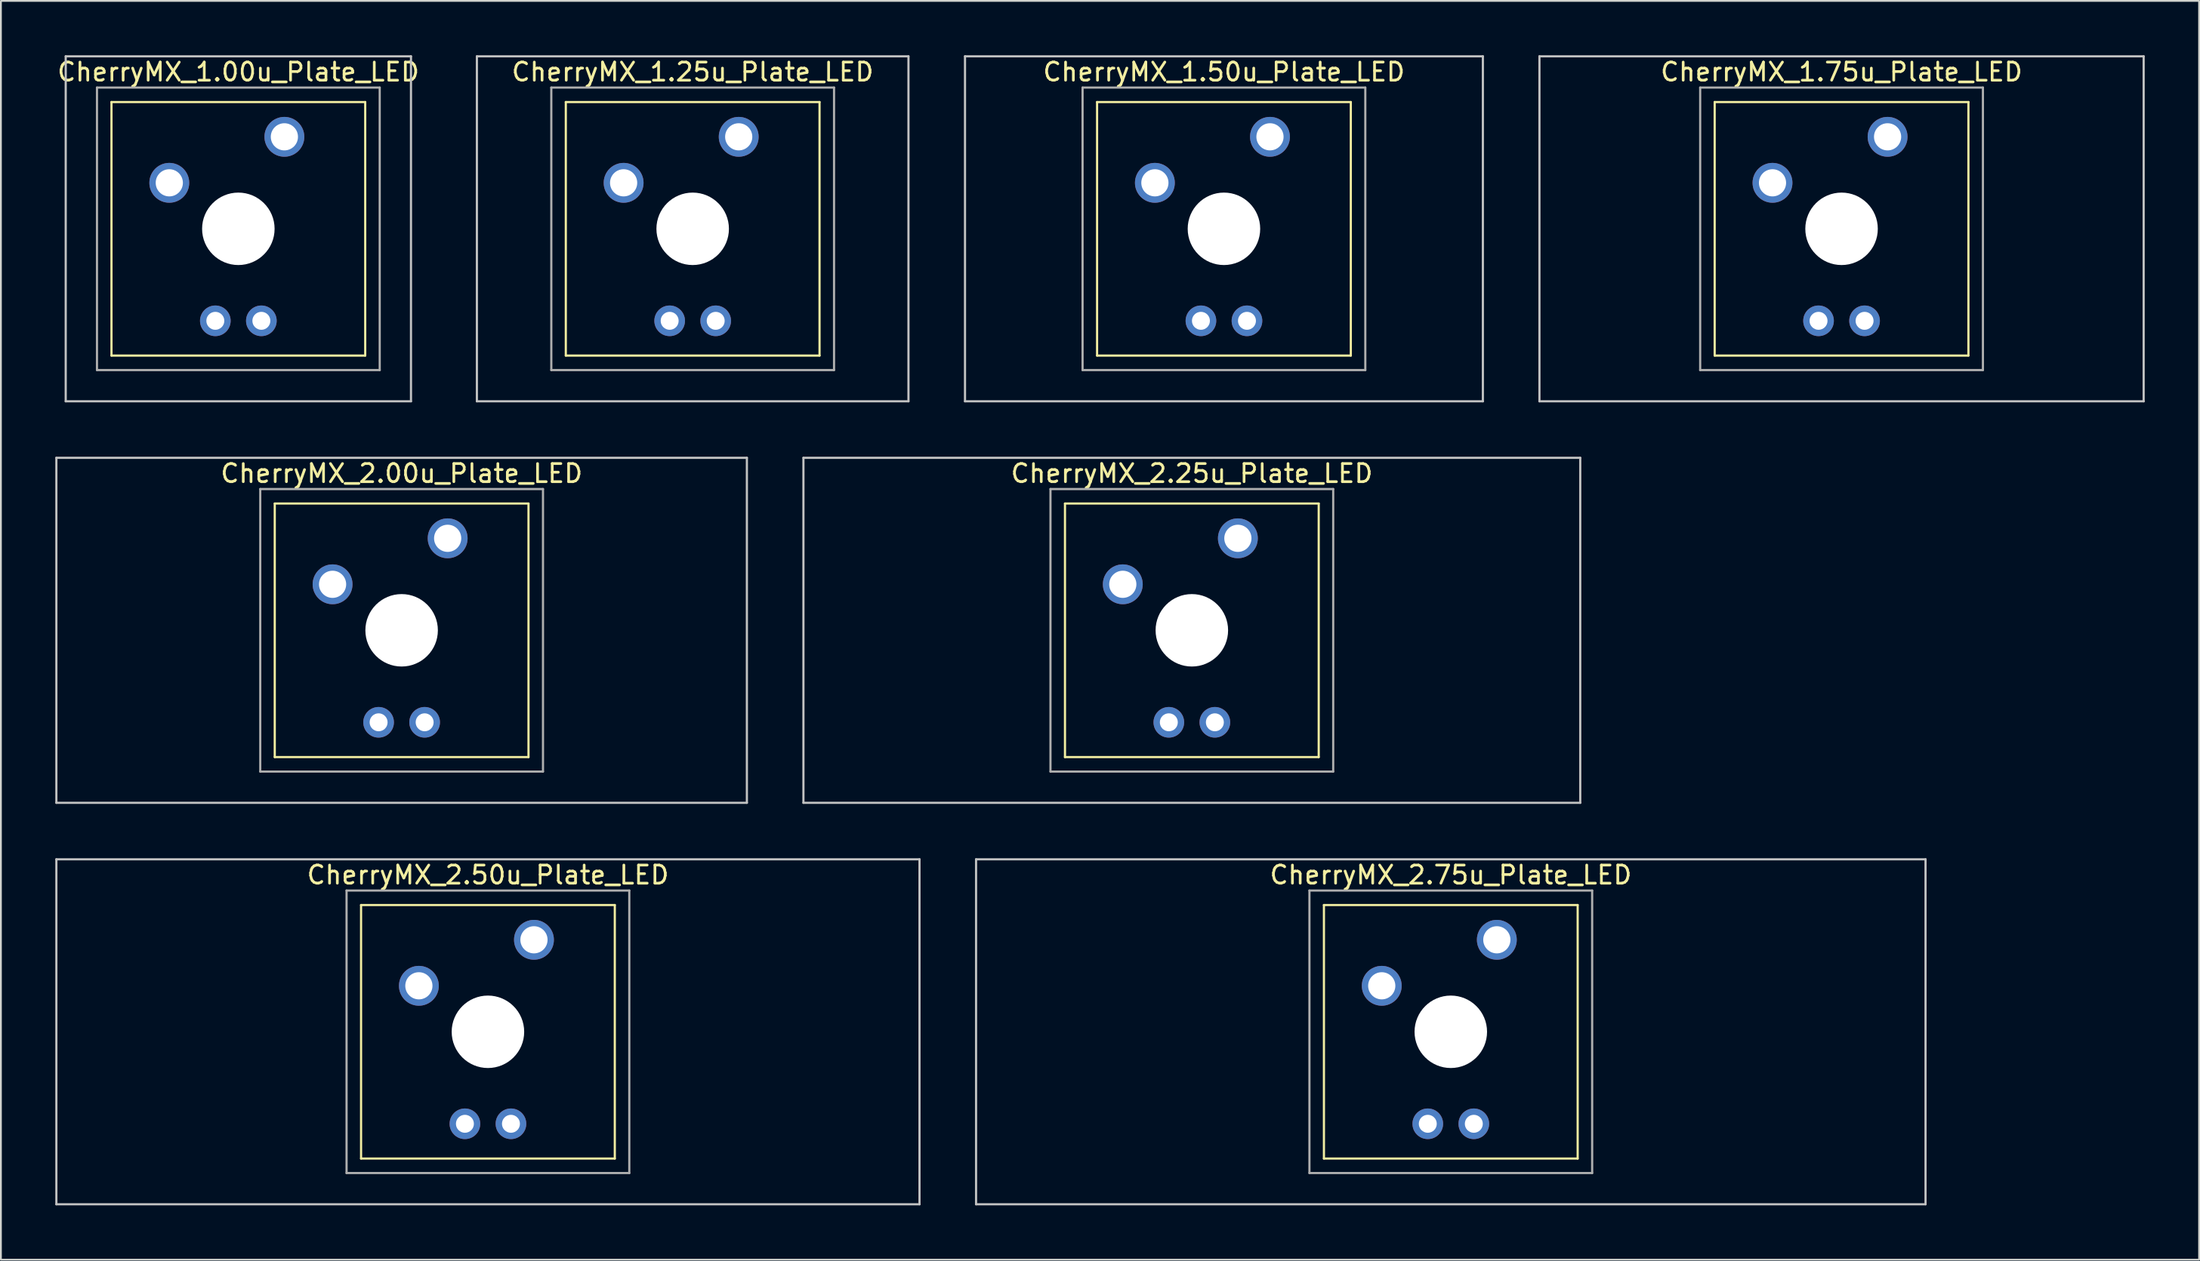
<source format=kicad_pcb>
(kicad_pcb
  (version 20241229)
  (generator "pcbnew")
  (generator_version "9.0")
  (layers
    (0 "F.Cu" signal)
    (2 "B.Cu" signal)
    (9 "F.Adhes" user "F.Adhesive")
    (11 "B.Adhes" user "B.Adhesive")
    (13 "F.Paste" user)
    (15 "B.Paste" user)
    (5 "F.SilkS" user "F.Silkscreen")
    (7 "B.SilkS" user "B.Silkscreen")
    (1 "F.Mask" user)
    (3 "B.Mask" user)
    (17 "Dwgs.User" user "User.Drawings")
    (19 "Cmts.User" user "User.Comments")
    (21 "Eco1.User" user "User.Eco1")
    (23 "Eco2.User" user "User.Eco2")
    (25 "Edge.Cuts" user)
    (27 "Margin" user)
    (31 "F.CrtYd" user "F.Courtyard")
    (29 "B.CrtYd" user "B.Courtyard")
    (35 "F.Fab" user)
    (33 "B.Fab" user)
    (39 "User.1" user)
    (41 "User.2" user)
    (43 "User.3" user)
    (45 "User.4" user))
  (footprint "CherryMX_1.00u_Plate_LED"
    (layer "F.Cu")
    (at 10.101 9.585)
    (property "Reference" "CherryMX_1.00u_Plate_LED" (at 0 -8.662 0) (layer "F.SilkS") (effects (font (size 1 1) (thickness 0.15))))
    (attr through_hole)
    (fp_line (start -7 -7) (end -7 7) (stroke (width 0.12) (type solid)) (layer "F.SilkS"))
    (fp_line (start -7 -7) (end 7 -7) (stroke (width 0.12) (type solid)) (layer "F.SilkS"))
    (fp_line (start 7 -7) (end 7 7) (stroke (width 0.12) (type solid)) (layer "F.SilkS"))
    (fp_line (start 7 7) (end -7 7) (stroke (width 0.12) (type solid)) (layer "F.SilkS"))
    (fp_line (start -9.525 -9.525) (end 9.525 -9.525) (stroke (width 0.12) (type solid)) (layer "Dwgs.User"))
    (fp_line (start -9.525 9.525) (end -9.525 -9.525) (stroke (width 0.12) (type solid)) (layer "Dwgs.User"))
    (fp_line (start 9.525 -9.525) (end 9.525 9.525) (stroke (width 0.12) (type solid)) (layer "Dwgs.User"))
    (fp_line (start 9.525 9.525) (end -9.525 9.525) (stroke (width 0.12) (type solid)) (layer "Dwgs.User"))
    (fp_line (start -7.8 -7.8) (end -7.8 7.8) (stroke (width 0.12) (type solid)) (layer "F.Fab"))
    (fp_line (start -7.8 -7.8) (end 7.8 -7.8) (stroke (width 0.12) (type solid)) (layer "F.Fab"))
    (fp_line (start -7.8 7.8) (end 7.8 7.8) (stroke (width 0.12) (type solid)) (layer "F.Fab"))
    (fp_line (start 7.8 -7.8) (end 7.8 7.8) (stroke (width 0.12) (type solid)) (layer "F.Fab"))
    (pad "" np_thru_hole circle (at 0 0) (size 4 4) (drill 4) (layers "*.Cu" "*.Mask"))
    (pad "1" thru_hole circle (at -3.81 -2.54) (size 2.2 2.2) (drill 1.5) (layers "*.Cu" "*.Mask"))
    (pad "2" thru_hole circle (at 2.54 -5.08) (size 2.2 2.2) (drill 1.5) (layers "*.Cu" "*.Mask"))
    (pad "3" thru_hole circle (at -1.27 5.08) (size 1.691 1.691) (drill 0.991) (layers "*.Cu" "*.Mask"))
    (pad "4" thru_hole circle (at 1.27 5.08) (size 1.691 1.691) (drill 0.991) (layers "*.Cu" "*.Mask")))
  (footprint "CherryMX_2.25u_Plate_LED"
    (layer "F.Cu")
    (at 62.711 31.755)
    (property "Reference" "CherryMX_2.25u_Plate_LED" (at 0 -8.662 0) (layer "F.SilkS") (effects (font (size 1 1) (thickness 0.15))))
    (attr through_hole)
    (fp_line (start -7 -7) (end -7 7) (stroke (width 0.12) (type solid)) (layer "F.SilkS"))
    (fp_line (start -7 -7) (end 7 -7) (stroke (width 0.12) (type solid)) (layer "F.SilkS"))
    (fp_line (start 7 -7) (end 7 7) (stroke (width 0.12) (type solid)) (layer "F.SilkS"))
    (fp_line (start 7 7) (end -7 7) (stroke (width 0.12) (type solid)) (layer "F.SilkS"))
    (fp_line (start -21.431 -9.525) (end 21.431 -9.525) (stroke (width 0.12) (type solid)) (layer "Dwgs.User"))
    (fp_line (start -21.431 9.525) (end -21.431 -9.525) (stroke (width 0.12) (type solid)) (layer "Dwgs.User"))
    (fp_line (start 21.431 -9.525) (end 21.431 9.525) (stroke (width 0.12) (type solid)) (layer "Dwgs.User"))
    (fp_line (start 21.431 9.525) (end -21.431 9.525) (stroke (width 0.12) (type solid)) (layer "Dwgs.User"))
    (fp_line (start -7.8 -7.8) (end -7.8 7.8) (stroke (width 0.12) (type solid)) (layer "F.Fab"))
    (fp_line (start -7.8 -7.8) (end 7.8 -7.8) (stroke (width 0.12) (type solid)) (layer "F.Fab"))
    (fp_line (start -7.8 7.8) (end 7.8 7.8) (stroke (width 0.12) (type solid)) (layer "F.Fab"))
    (fp_line (start 7.8 -7.8) (end 7.8 7.8) (stroke (width 0.12) (type solid)) (layer "F.Fab"))
    (pad "" np_thru_hole circle (at 0 0) (size 4 4) (drill 4) (layers "*.Cu" "*.Mask"))
    (pad "1" thru_hole circle (at -3.81 -2.54) (size 2.2 2.2) (drill 1.5) (layers "*.Cu" "*.Mask"))
    (pad "2" thru_hole circle (at 2.54 -5.08) (size 2.2 2.2) (drill 1.5) (layers "*.Cu" "*.Mask"))
    (pad "3" thru_hole circle (at -1.27 5.08) (size 1.691 1.691) (drill 0.991) (layers "*.Cu" "*.Mask"))
    (pad "4" thru_hole circle (at 1.27 5.08) (size 1.691 1.691) (drill 0.991) (layers "*.Cu" "*.Mask")))
  (footprint "CherryMX_2.00u_Plate_LED"
    (layer "F.Cu")
    (at 19.11 31.755)
    (property "Reference" "CherryMX_2.00u_Plate_LED" (at 0 -8.662 0) (layer "F.SilkS") (effects (font (size 1 1) (thickness 0.15))))
    (attr through_hole)
    (fp_line (start -7 -7) (end -7 7) (stroke (width 0.12) (type solid)) (layer "F.SilkS"))
    (fp_line (start -7 -7) (end 7 -7) (stroke (width 0.12) (type solid)) (layer "F.SilkS"))
    (fp_line (start 7 -7) (end 7 7) (stroke (width 0.12) (type solid)) (layer "F.SilkS"))
    (fp_line (start 7 7) (end -7 7) (stroke (width 0.12) (type solid)) (layer "F.SilkS"))
    (fp_line (start -19.05 -9.525) (end 19.05 -9.525) (stroke (width 0.12) (type solid)) (layer "Dwgs.User"))
    (fp_line (start -19.05 9.525) (end -19.05 -9.525) (stroke (width 0.12) (type solid)) (layer "Dwgs.User"))
    (fp_line (start 19.05 -9.525) (end 19.05 9.525) (stroke (width 0.12) (type solid)) (layer "Dwgs.User"))
    (fp_line (start 19.05 9.525) (end -19.05 9.525) (stroke (width 0.12) (type solid)) (layer "Dwgs.User"))
    (fp_line (start -7.8 -7.8) (end -7.8 7.8) (stroke (width 0.12) (type solid)) (layer "F.Fab"))
    (fp_line (start -7.8 -7.8) (end 7.8 -7.8) (stroke (width 0.12) (type solid)) (layer "F.Fab"))
    (fp_line (start -7.8 7.8) (end 7.8 7.8) (stroke (width 0.12) (type solid)) (layer "F.Fab"))
    (fp_line (start 7.8 -7.8) (end 7.8 7.8) (stroke (width 0.12) (type solid)) (layer "F.Fab"))
    (pad "" np_thru_hole circle (at 0 0) (size 4 4) (drill 4) (layers "*.Cu" "*.Mask"))
    (pad "1" thru_hole circle (at -3.81 -2.54) (size 2.2 2.2) (drill 1.5) (layers "*.Cu" "*.Mask"))
    (pad "2" thru_hole circle (at 2.54 -5.08) (size 2.2 2.2) (drill 1.5) (layers "*.Cu" "*.Mask"))
    (pad "3" thru_hole circle (at -1.27 5.08) (size 1.691 1.691) (drill 0.991) (layers "*.Cu" "*.Mask"))
    (pad "4" thru_hole circle (at 1.27 5.08) (size 1.691 1.691) (drill 0.991) (layers "*.Cu" "*.Mask")))
  (footprint "CherryMX_1.50u_Plate_LED"
    (layer "F.Cu")
    (at 64.482 9.585)
    (property "Reference" "CherryMX_1.50u_Plate_LED" (at 0 -8.662 0) (layer "F.SilkS") (effects (font (size 1 1) (thickness 0.15))))
    (attr through_hole)
    (fp_line (start -7 -7) (end -7 7) (stroke (width 0.12) (type solid)) (layer "F.SilkS"))
    (fp_line (start -7 -7) (end 7 -7) (stroke (width 0.12) (type solid)) (layer "F.SilkS"))
    (fp_line (start 7 -7) (end 7 7) (stroke (width 0.12) (type solid)) (layer "F.SilkS"))
    (fp_line (start 7 7) (end -7 7) (stroke (width 0.12) (type solid)) (layer "F.SilkS"))
    (fp_line (start -14.287 -9.525) (end 14.287 -9.525) (stroke (width 0.12) (type solid)) (layer "Dwgs.User"))
    (fp_line (start -14.287 9.525) (end -14.287 -9.525) (stroke (width 0.12) (type solid)) (layer "Dwgs.User"))
    (fp_line (start 14.287 -9.525) (end 14.287 9.525) (stroke (width 0.12) (type solid)) (layer "Dwgs.User"))
    (fp_line (start 14.287 9.525) (end -14.287 9.525) (stroke (width 0.12) (type solid)) (layer "Dwgs.User"))
    (fp_line (start -7.8 -7.8) (end -7.8 7.8) (stroke (width 0.12) (type solid)) (layer "F.Fab"))
    (fp_line (start -7.8 -7.8) (end 7.8 -7.8) (stroke (width 0.12) (type solid)) (layer "F.Fab"))
    (fp_line (start -7.8 7.8) (end 7.8 7.8) (stroke (width 0.12) (type solid)) (layer "F.Fab"))
    (fp_line (start 7.8 -7.8) (end 7.8 7.8) (stroke (width 0.12) (type solid)) (layer "F.Fab"))
    (pad "" np_thru_hole circle (at 0 0) (size 4 4) (drill 4) (layers "*.Cu" "*.Mask"))
    (pad "1" thru_hole circle (at -3.81 -2.54) (size 2.2 2.2) (drill 1.5) (layers "*.Cu" "*.Mask"))
    (pad "2" thru_hole circle (at 2.54 -5.08) (size 2.2 2.2) (drill 1.5) (layers "*.Cu" "*.Mask"))
    (pad "3" thru_hole circle (at -1.27 5.08) (size 1.691 1.691) (drill 0.991) (layers "*.Cu" "*.Mask"))
    (pad "4" thru_hole circle (at 1.27 5.08) (size 1.691 1.691) (drill 0.991) (layers "*.Cu" "*.Mask")))
  (footprint "CherryMX_2.75u_Plate_LED"
    (layer "F.Cu")
    (at 76.999 53.925)
    (property "Reference" "CherryMX_2.75u_Plate_LED" (at 0 -8.662 0) (layer "F.SilkS") (effects (font (size 1 1) (thickness 0.15))))
    (attr through_hole)
    (fp_line (start -7 -7) (end -7 7) (stroke (width 0.12) (type solid)) (layer "F.SilkS"))
    (fp_line (start -7 -7) (end 7 -7) (stroke (width 0.12) (type solid)) (layer "F.SilkS"))
    (fp_line (start 7 -7) (end 7 7) (stroke (width 0.12) (type solid)) (layer "F.SilkS"))
    (fp_line (start 7 7) (end -7 7) (stroke (width 0.12) (type solid)) (layer "F.SilkS"))
    (fp_line (start -26.194 -9.525) (end 26.194 -9.525) (stroke (width 0.12) (type solid)) (layer "Dwgs.User"))
    (fp_line (start -26.194 9.525) (end -26.194 -9.525) (stroke (width 0.12) (type solid)) (layer "Dwgs.User"))
    (fp_line (start 26.194 -9.525) (end 26.194 9.525) (stroke (width 0.12) (type solid)) (layer "Dwgs.User"))
    (fp_line (start 26.194 9.525) (end -26.194 9.525) (stroke (width 0.12) (type solid)) (layer "Dwgs.User"))
    (fp_line (start -7.8 -7.8) (end -7.8 7.8) (stroke (width 0.12) (type solid)) (layer "F.Fab"))
    (fp_line (start -7.8 -7.8) (end 7.8 -7.8) (stroke (width 0.12) (type solid)) (layer "F.Fab"))
    (fp_line (start -7.8 7.8) (end 7.8 7.8) (stroke (width 0.12) (type solid)) (layer "F.Fab"))
    (fp_line (start 7.8 -7.8) (end 7.8 7.8) (stroke (width 0.12) (type solid)) (layer "F.Fab"))
    (pad "" np_thru_hole circle (at 0 0) (size 4 4) (drill 4) (layers "*.Cu" "*.Mask"))
    (pad "1" thru_hole circle (at -3.81 -2.54) (size 2.2 2.2) (drill 1.5) (layers "*.Cu" "*.Mask"))
    (pad "2" thru_hole circle (at 2.54 -5.08) (size 2.2 2.2) (drill 1.5) (layers "*.Cu" "*.Mask"))
    (pad "3" thru_hole circle (at -1.27 5.08) (size 1.691 1.691) (drill 0.991) (layers "*.Cu" "*.Mask"))
    (pad "4" thru_hole circle (at 1.27 5.08) (size 1.691 1.691) (drill 0.991) (layers "*.Cu" "*.Mask")))
  (footprint "CherryMX_1.75u_Plate_LED"
    (layer "F.Cu")
    (at 98.559 9.585)
    (property "Reference" "CherryMX_1.75u_Plate_LED" (at 0 -8.662 0) (layer "F.SilkS") (effects (font (size 1 1) (thickness 0.15))))
    (attr through_hole)
    (fp_line (start -7 -7) (end -7 7) (stroke (width 0.12) (type solid)) (layer "F.SilkS"))
    (fp_line (start -7 -7) (end 7 -7) (stroke (width 0.12) (type solid)) (layer "F.SilkS"))
    (fp_line (start 7 -7) (end 7 7) (stroke (width 0.12) (type solid)) (layer "F.SilkS"))
    (fp_line (start 7 7) (end -7 7) (stroke (width 0.12) (type solid)) (layer "F.SilkS"))
    (fp_line (start -16.669 -9.525) (end 16.669 -9.525) (stroke (width 0.12) (type solid)) (layer "Dwgs.User"))
    (fp_line (start -16.669 9.525) (end -16.669 -9.525) (stroke (width 0.12) (type solid)) (layer "Dwgs.User"))
    (fp_line (start 16.669 -9.525) (end 16.669 9.525) (stroke (width 0.12) (type solid)) (layer "Dwgs.User"))
    (fp_line (start 16.669 9.525) (end -16.669 9.525) (stroke (width 0.12) (type solid)) (layer "Dwgs.User"))
    (fp_line (start -7.8 -7.8) (end -7.8 7.8) (stroke (width 0.12) (type solid)) (layer "F.Fab"))
    (fp_line (start -7.8 -7.8) (end 7.8 -7.8) (stroke (width 0.12) (type solid)) (layer "F.Fab"))
    (fp_line (start -7.8 7.8) (end 7.8 7.8) (stroke (width 0.12) (type solid)) (layer "F.Fab"))
    (fp_line (start 7.8 -7.8) (end 7.8 7.8) (stroke (width 0.12) (type solid)) (layer "F.Fab"))
    (pad "" np_thru_hole circle (at 0 0) (size 4 4) (drill 4) (layers "*.Cu" "*.Mask"))
    (pad "1" thru_hole circle (at -3.81 -2.54) (size 2.2 2.2) (drill 1.5) (layers "*.Cu" "*.Mask"))
    (pad "2" thru_hole circle (at 2.54 -5.08) (size 2.2 2.2) (drill 1.5) (layers "*.Cu" "*.Mask"))
    (pad "3" thru_hole circle (at -1.27 5.08) (size 1.691 1.691) (drill 0.991) (layers "*.Cu" "*.Mask"))
    (pad "4" thru_hole circle (at 1.27 5.08) (size 1.691 1.691) (drill 0.991) (layers "*.Cu" "*.Mask")))
  (footprint "CherryMX_2.50u_Plate_LED"
    (layer "F.Cu")
    (at 23.872 53.925)
    (property "Reference" "CherryMX_2.50u_Plate_LED" (at 0 -8.662 0) (layer "F.SilkS") (effects (font (size 1 1) (thickness 0.15))))
    (attr through_hole)
    (fp_line (start -7 -7) (end -7 7) (stroke (width 0.12) (type solid)) (layer "F.SilkS"))
    (fp_line (start -7 -7) (end 7 -7) (stroke (width 0.12) (type solid)) (layer "F.SilkS"))
    (fp_line (start 7 -7) (end 7 7) (stroke (width 0.12) (type solid)) (layer "F.SilkS"))
    (fp_line (start 7 7) (end -7 7) (stroke (width 0.12) (type solid)) (layer "F.SilkS"))
    (fp_line (start -23.812 -9.525) (end 23.812 -9.525) (stroke (width 0.12) (type solid)) (layer "Dwgs.User"))
    (fp_line (start -23.812 9.525) (end -23.812 -9.525) (stroke (width 0.12) (type solid)) (layer "Dwgs.User"))
    (fp_line (start 23.812 -9.525) (end 23.812 9.525) (stroke (width 0.12) (type solid)) (layer "Dwgs.User"))
    (fp_line (start 23.812 9.525) (end -23.812 9.525) (stroke (width 0.12) (type solid)) (layer "Dwgs.User"))
    (fp_line (start -7.8 -7.8) (end -7.8 7.8) (stroke (width 0.12) (type solid)) (layer "F.Fab"))
    (fp_line (start -7.8 -7.8) (end 7.8 -7.8) (stroke (width 0.12) (type solid)) (layer "F.Fab"))
    (fp_line (start -7.8 7.8) (end 7.8 7.8) (stroke (width 0.12) (type solid)) (layer "F.Fab"))
    (fp_line (start 7.8 -7.8) (end 7.8 7.8) (stroke (width 0.12) (type solid)) (layer "F.Fab"))
    (pad "" np_thru_hole circle (at 0 0) (size 4 4) (drill 4) (layers "*.Cu" "*.Mask"))
    (pad "1" thru_hole circle (at -3.81 -2.54) (size 2.2 2.2) (drill 1.5) (layers "*.Cu" "*.Mask"))
    (pad "2" thru_hole circle (at 2.54 -5.08) (size 2.2 2.2) (drill 1.5) (layers "*.Cu" "*.Mask"))
    (pad "3" thru_hole circle (at -1.27 5.08) (size 1.691 1.691) (drill 0.991) (layers "*.Cu" "*.Mask"))
    (pad "4" thru_hole circle (at 1.27 5.08) (size 1.691 1.691) (drill 0.991) (layers "*.Cu" "*.Mask")))
  (footprint "CherryMX_1.25u_Plate_LED"
    (layer "F.Cu")
    (at 35.169 9.585)
    (property "Reference" "CherryMX_1.25u_Plate_LED" (at 0 -8.662 0) (layer "F.SilkS") (effects (font (size 1 1) (thickness 0.15))))
    (attr through_hole)
    (fp_line (start -7 -7) (end -7 7) (stroke (width 0.12) (type solid)) (layer "F.SilkS"))
    (fp_line (start -7 -7) (end 7 -7) (stroke (width 0.12) (type solid)) (layer "F.SilkS"))
    (fp_line (start 7 -7) (end 7 7) (stroke (width 0.12) (type solid)) (layer "F.SilkS"))
    (fp_line (start 7 7) (end -7 7) (stroke (width 0.12) (type solid)) (layer "F.SilkS"))
    (fp_line (start -11.906 -9.525) (end 11.906 -9.525) (stroke (width 0.12) (type solid)) (layer "Dwgs.User"))
    (fp_line (start -11.906 9.525) (end -11.906 -9.525) (stroke (width 0.12) (type solid)) (layer "Dwgs.User"))
    (fp_line (start 11.906 -9.525) (end 11.906 9.525) (stroke (width 0.12) (type solid)) (layer "Dwgs.User"))
    (fp_line (start 11.906 9.525) (end -11.906 9.525) (stroke (width 0.12) (type solid)) (layer "Dwgs.User"))
    (fp_line (start -7.8 -7.8) (end -7.8 7.8) (stroke (width 0.12) (type solid)) (layer "F.Fab"))
    (fp_line (start -7.8 -7.8) (end 7.8 -7.8) (stroke (width 0.12) (type solid)) (layer "F.Fab"))
    (fp_line (start -7.8 7.8) (end 7.8 7.8) (stroke (width 0.12) (type solid)) (layer "F.Fab"))
    (fp_line (start 7.8 -7.8) (end 7.8 7.8) (stroke (width 0.12) (type solid)) (layer "F.Fab"))
    (pad "" np_thru_hole circle (at 0 0) (size 4 4) (drill 4) (layers "*.Cu" "*.Mask"))
    (pad "1" thru_hole circle (at -3.81 -2.54) (size 2.2 2.2) (drill 1.5) (layers "*.Cu" "*.Mask"))
    (pad "2" thru_hole circle (at 2.54 -5.08) (size 2.2 2.2) (drill 1.5) (layers "*.Cu" "*.Mask"))
    (pad "3" thru_hole circle (at -1.27 5.08) (size 1.691 1.691) (drill 0.991) (layers "*.Cu" "*.Mask"))
    (pad "4" thru_hole circle (at 1.27 5.08) (size 1.691 1.691) (drill 0.991) (layers "*.Cu" "*.Mask")))
  (gr_rect
    (start -3 -3)
    (end 118.287 66.51)
    (stroke (width 0.1) (type default))
    (fill no)
    (layer "Edge.Cuts")))
</source>
